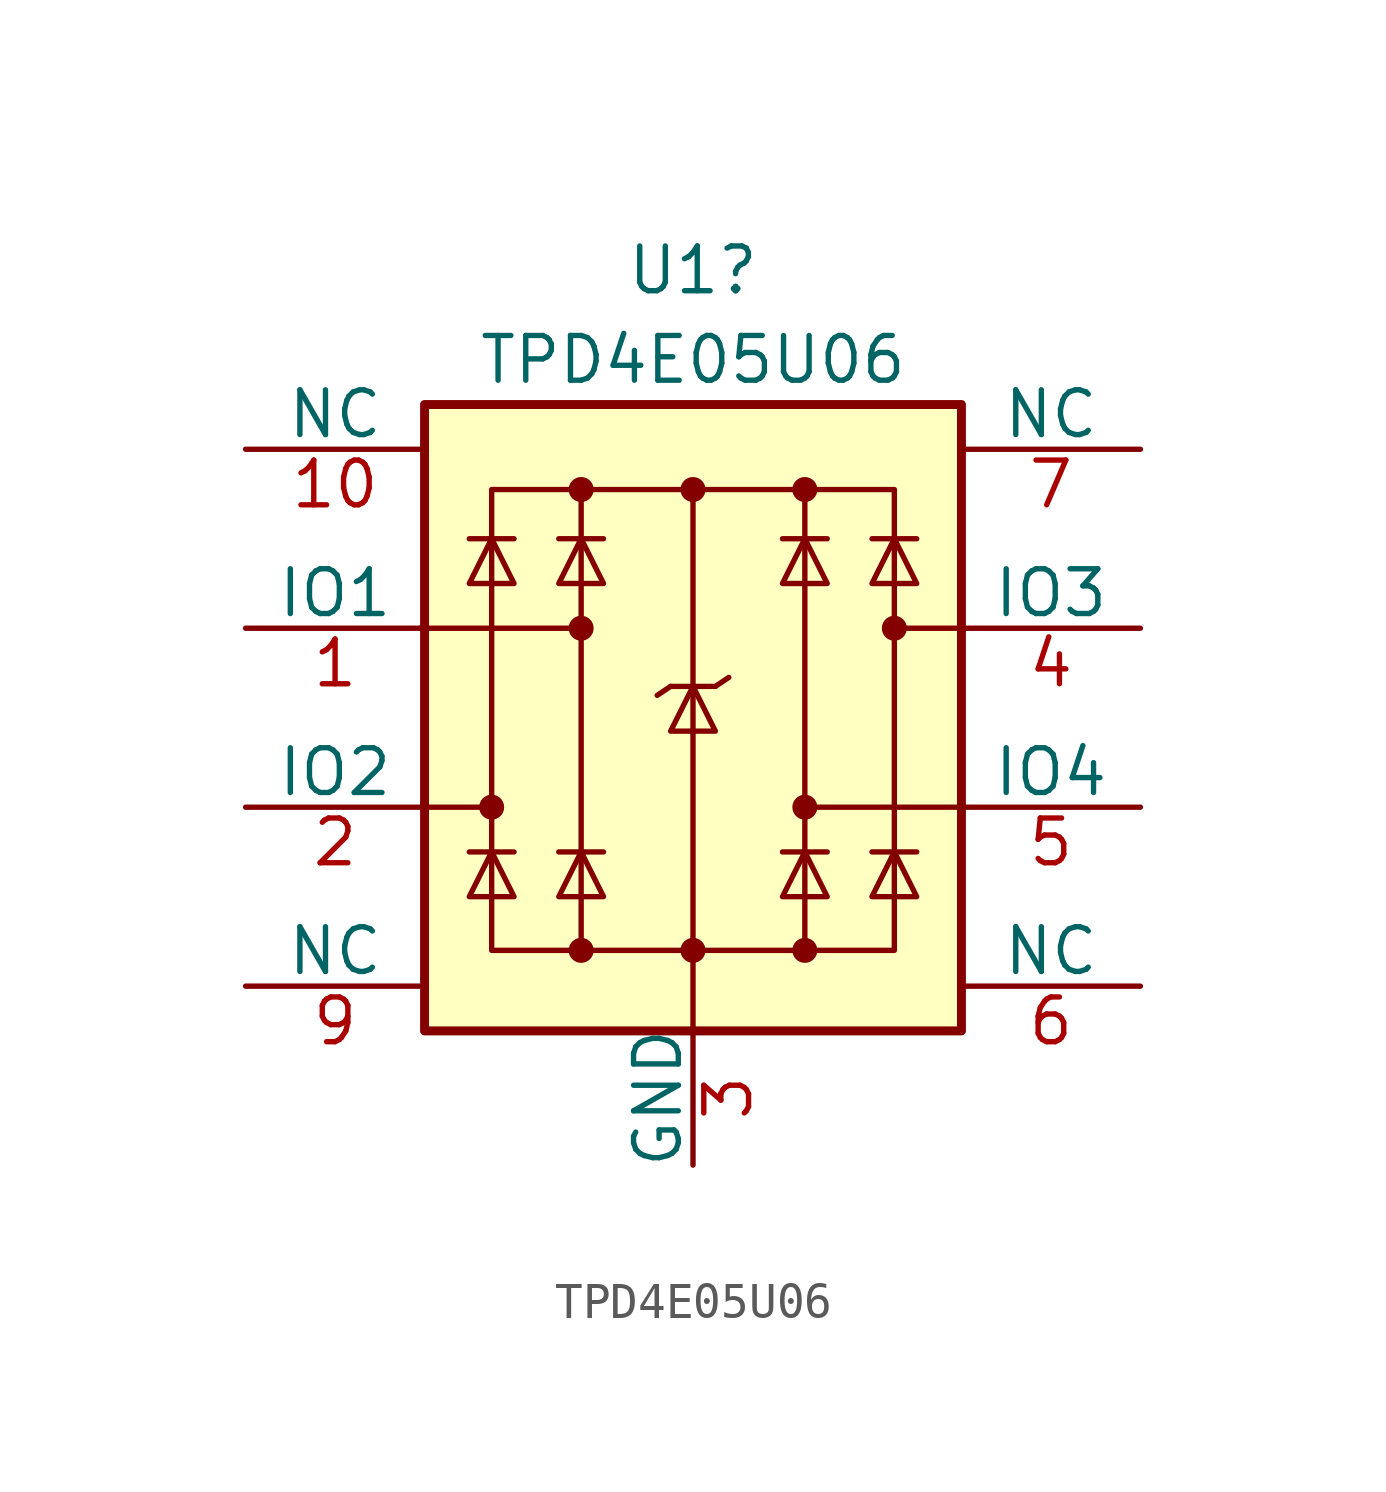
<source format=kicad_sym>
(kicad_symbol_lib
  (version 20220914)
  (generator kicad_symbol_editor)
  (symbol "TPD4E05U06"
    (pin_names
      (offset 0))
    (property "Reference" "U1"
      (at 0 12.7 0)
      (effects (font (size 1.27 1.27))))
    (property "Value" "TPD4E05U06"
      (at 0 10.16 0)
      (effects (font (size 1.27 1.27))))
    (symbol "TPD4E05U06_0_0"
      (rectangle (start -5.715 6.477) (end 5.715 -6.604) (stroke (width 0) (type default)) (fill (type none)))
      (polyline (pts (xy -3.175 -6.604) (xy -3.175 6.477)) (stroke (width 0) (type default)) (fill (type none)))
      (polyline (pts (xy 0 6.477) (xy 0 -6.604)) (stroke (width 0) (type default)) (fill (type none)))
      (polyline (pts (xy 3.175 6.477) (xy 3.175 -6.604)) (stroke (width 0) (type default)) (fill (type none))))
    (symbol "TPD4E05U06_0_1"
      (rectangle (start -7.62 8.89) (end 7.62 -8.89) (stroke (width 0.254) (type default)) (fill (type background)))
      (circle (center -5.715 -2.54) (radius 0.279) (stroke (width 0) (type default)) (fill (type outline)))
      (circle (center -3.175 -6.604) (radius 0.279) (stroke (width 0) (type default)) (fill (type outline)))
      (circle (center -3.175 2.54) (radius 0.279) (stroke (width 0) (type default)) (fill (type outline)))
      (circle (center -3.175 6.477) (radius 0.279) (stroke (width 0) (type default)) (fill (type outline)))
      (polyline (pts (xy -7.747 2.54) (xy -3.175 2.54)) (stroke (width 0) (type default)) (fill (type none)))
      (polyline (pts (xy -7.62 -2.54) (xy -5.715 -2.54)) (stroke (width 0) (type default)) (fill (type none)))
      (polyline (pts (xy -5.08 -3.81) (xy -6.35 -3.81)) (stroke (width 0) (type default)) (fill (type none)))
      (polyline (pts (xy -5.08 5.08) (xy -6.35 5.08)) (stroke (width 0) (type default)) (fill (type none)))
      (polyline (pts (xy -2.54 -3.81) (xy -3.81 -3.81)) (stroke (width 0) (type default)) (fill (type none)))
      (polyline (pts (xy -2.54 5.08) (xy -3.81 5.08)) (stroke (width 0) (type default)) (fill (type none)))
      (polyline (pts (xy -0.635 0.889) (xy -1.016 0.635)) (stroke (width 0) (type default)) (fill (type none)))
      (polyline (pts (xy 0 -6.604) (xy 0 -8.89)) (stroke (width 0) (type default)) (fill (type none)))
      (polyline (pts (xy 0.635 0.889) (xy -0.635 0.889)) (stroke (width 0) (type default)) (fill (type none)))
      (polyline (pts (xy 0.635 0.889) (xy 1.016 1.143)) (stroke (width 0) (type default)) (fill (type none)))
      (polyline (pts (xy 3.81 -3.81) (xy 2.54 -3.81)) (stroke (width 0) (type default)) (fill (type none)))
      (polyline (pts (xy 3.81 5.08) (xy 2.54 5.08)) (stroke (width 0) (type default)) (fill (type none)))
      (polyline (pts (xy 6.35 -3.81) (xy 5.08 -3.81)) (stroke (width 0) (type default)) (fill (type none)))
      (polyline (pts (xy 6.35 5.08) (xy 5.08 5.08)) (stroke (width 0) (type default)) (fill (type none)))
      (polyline (pts (xy 7.62 -2.54) (xy 3.175 -2.54)) (stroke (width 0) (type default)) (fill (type none)))
      (polyline (pts (xy 7.62 2.54) (xy 5.715 2.54)) (stroke (width 0) (type default)) (fill (type none)))
      (polyline (pts (xy -5.08 -5.08) (xy -6.35 -5.08) (xy -5.715 -3.81) (xy -5.08 -5.08)) (stroke (width 0) (type default)) (fill (type none)))
      (polyline (pts (xy -5.08 3.81) (xy -6.35 3.81) (xy -5.715 5.08) (xy -5.08 3.81)) (stroke (width 0) (type default)) (fill (type none)))
      (polyline (pts (xy -2.54 -5.08) (xy -3.81 -5.08) (xy -3.175 -3.81) (xy -2.54 -5.08)) (stroke (width 0) (type default)) (fill (type none)))
      (polyline (pts (xy -2.54 3.81) (xy -3.81 3.81) (xy -3.175 5.08) (xy -2.54 3.81)) (stroke (width 0) (type default)) (fill (type none)))
      (polyline (pts (xy 0.635 -0.381) (xy -0.635 -0.381) (xy 0 0.889) (xy 0.635 -0.381)) (stroke (width 0) (type default)) (fill (type none)))
      (polyline (pts (xy 3.81 -5.08) (xy 2.54 -5.08) (xy 3.175 -3.81) (xy 3.81 -5.08)) (stroke (width 0) (type default)) (fill (type none)))
      (polyline (pts (xy 3.81 3.81) (xy 2.54 3.81) (xy 3.175 5.08) (xy 3.81 3.81)) (stroke (width 0) (type default)) (fill (type none)))
      (polyline (pts (xy 6.35 -5.08) (xy 5.08 -5.08) (xy 5.715 -3.81) (xy 6.35 -5.08)) (stroke (width 0) (type default)) (fill (type none)))
      (polyline (pts (xy 6.35 3.81) (xy 5.08 3.81) (xy 5.715 5.08) (xy 6.35 3.81)) (stroke (width 0) (type default)) (fill (type none)))
      (circle (center 0 6.477) (radius 0.279) (stroke (width 0) (type default)) (fill (type outline)))
      (circle (center 3.175 -6.604) (radius 0.279) (stroke (width 0) (type default)) (fill (type outline)))
      (circle (center 3.175 -2.54) (radius 0.279) (stroke (width 0) (type default)) (fill (type outline)))
      (circle (center 3.175 6.477) (radius 0.279) (stroke (width 0) (type default)) (fill (type outline)))
      (circle (center 5.715 2.54) (radius 0.279) (stroke (width 0) (type default)) (fill (type outline))))
    (symbol "TPD4E05U06_1_1"
      (circle (center 0 -6.604) (radius 0.279) (stroke (width 0) (type default)) (fill (type outline)))
      (pin bidirectional line (at -12.7 2.54 0) (length 5.08) (name "IO1" (effects (font (size 1.27 1.27)))) (number "1" (effects (font (size 1.27 1.27)))))
      (pin bidirectional line (at -12.7 7.62 0) (length 5.08) (name "NC" (effects (font (size 1.27 1.27)))) (number "10" (effects (font (size 1.27 1.27)))))
      (pin bidirectional line (at -12.7 -2.54 0) (length 5.08) (name "IO2" (effects (font (size 1.27 1.27)))) (number "2" (effects (font (size 1.27 1.27)))))
      (pin power_in line (at 0 -12.7 90) (length 3.81) (name "GND" (effects (font (size 1.27 1.27)))) (number "3" (effects (font (size 1.27 1.27)))))
      (pin bidirectional line (at 12.7 2.54 180) (length 5.08) (name "IO3" (effects (font (size 1.27 1.27)))) (number "4" (effects (font (size 1.27 1.27)))))
      (pin bidirectional line (at 12.7 -2.54 180) (length 5.08) (name "IO4" (effects (font (size 1.27 1.27)))) (number "5" (effects (font (size 1.27 1.27)))))
      (pin bidirectional line (at 12.7 -7.62 180) (length 5.08) (name "NC" (effects (font (size 1.27 1.27)))) (number "6" (effects (font (size 1.27 1.27)))))
      (pin bidirectional line (at 12.7 7.62 180) (length 5.08) (name "NC" (effects (font (size 1.27 1.27)))) (number "7" (effects (font (size 1.27 1.27)))))
      (pin power_in line (at 0 -12.7 90) (length 3.81) hide (name "GND" (effects (font (size 1.27 1.27)))) (number "8" (effects (font (size 1.27 1.27)))))
      (pin bidirectional line (at -12.7 -7.62 0) (length 5.08) (name "NC" (effects (font (size 1.27 1.27)))) (number "9" (effects (font (size 1.27 1.27))))))))
</source>
